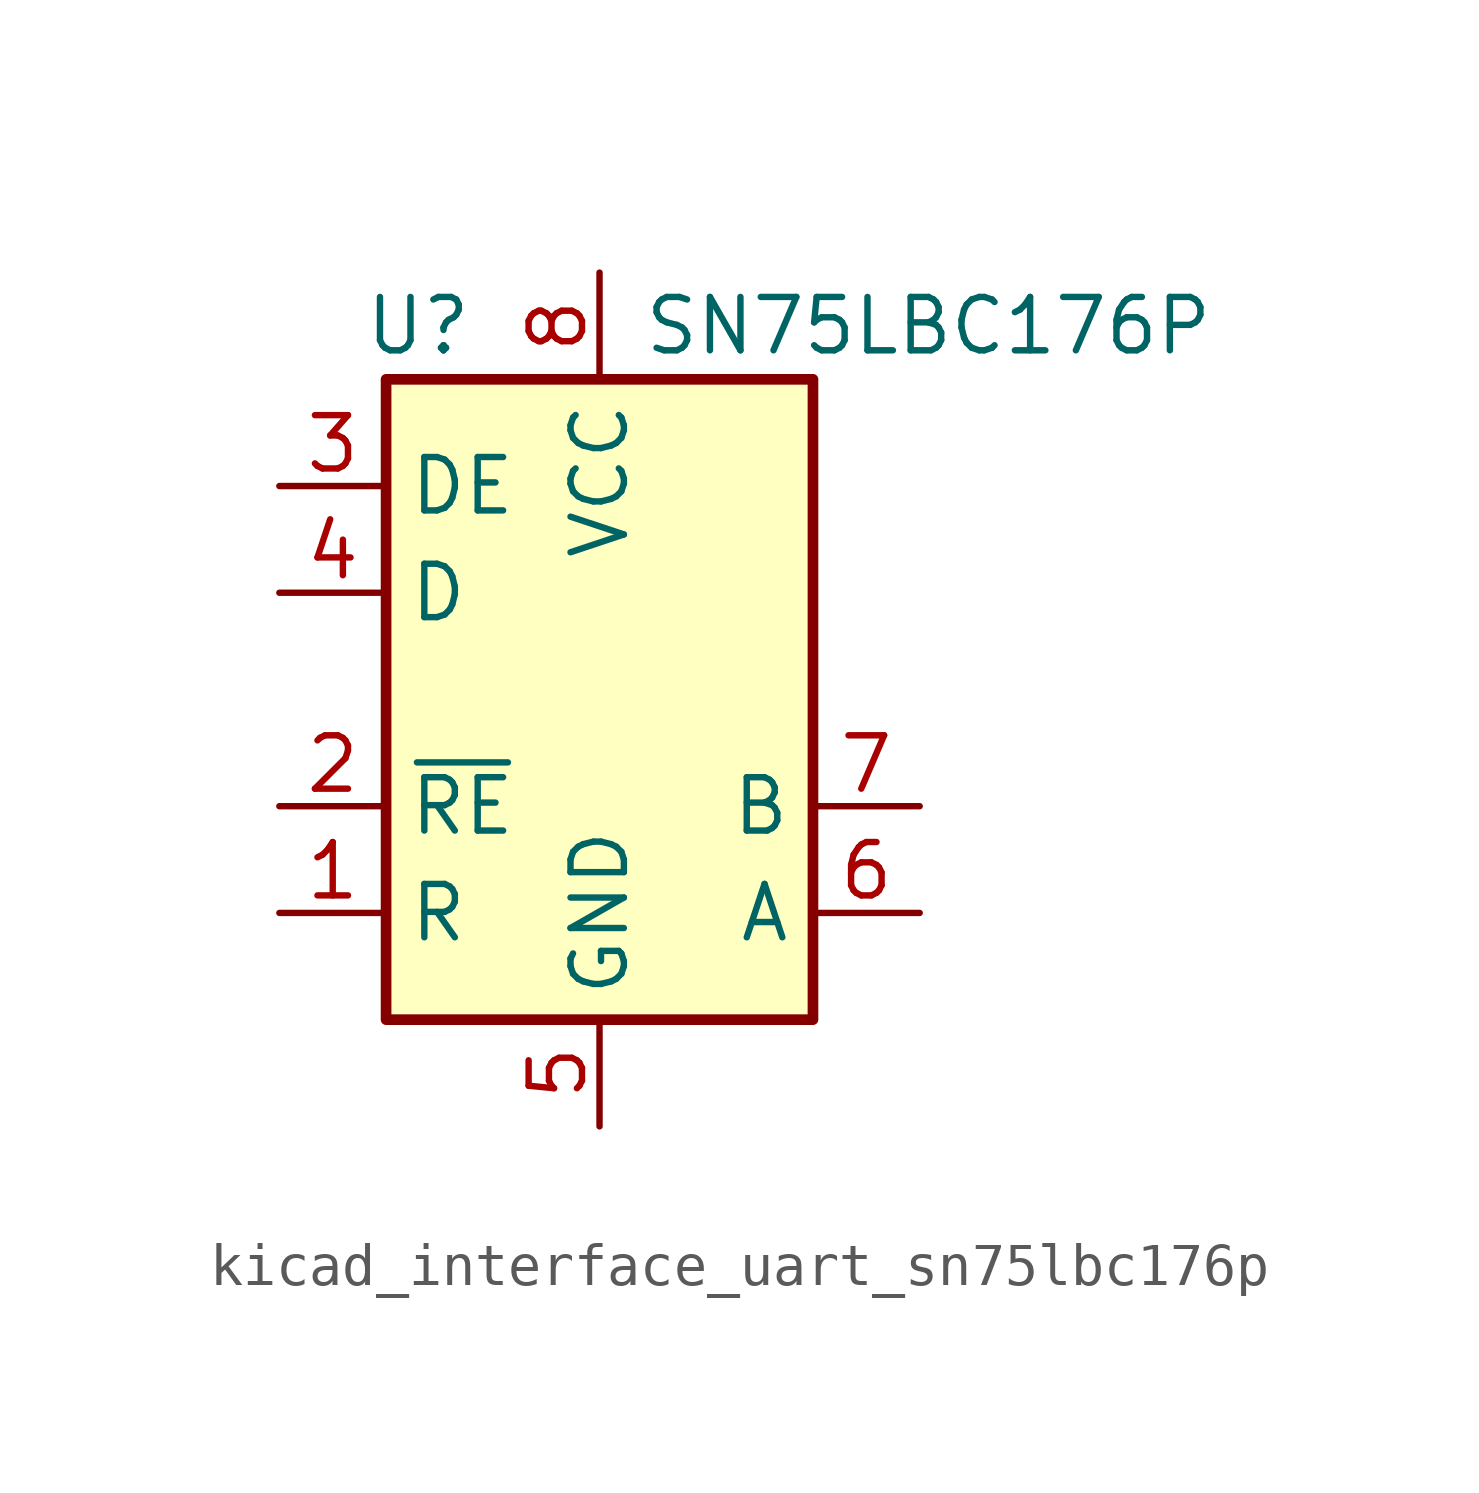
<source format=kicad_sym>
(kicad_symbol_lib
  (version 20220914)
  (generator kicad_symbol_editor)
  (symbol "kicad_interface_uart_sn75lbc176p"
    (property "Reference" "U"
      (at -4.318 8.89 0)
      (effects (font (size 1.27 1.27))))
    (property "Value" "SN75LBC176P"
      (at 1.016 8.89 0)
      (effects (font (size 1.27 1.27)) (justify left)))
    (symbol "kicad_interface_uart_sn75lbc176p_0_1"
      (rectangle (start -5.08 7.62) (end 5.08 -7.62) (stroke (width 0.254) (type default)) (fill (type background))))
    (symbol "kicad_interface_uart_sn75lbc176p_1_1"
      (pin output line (at -7.62 -5.08 0) (length 2.54) (name "R" (effects (font (size 1.27 1.27)))) (number "1" (effects (font (size 1.27 1.27)))))
      (pin input line (at -7.62 -2.54 0) (length 2.54) (name "~{RE}" (effects (font (size 1.27 1.27)))) (number "2" (effects (font (size 1.27 1.27)))))
      (pin input line (at -7.62 5.08 0) (length 2.54) (name "DE" (effects (font (size 1.27 1.27)))) (number "3" (effects (font (size 1.27 1.27)))))
      (pin input line (at -7.62 2.54 0) (length 2.54) (name "D" (effects (font (size 1.27 1.27)))) (number "4" (effects (font (size 1.27 1.27)))))
      (pin power_in line (at 0 -10.16 90) (length 2.54) (name "GND" (effects (font (size 1.27 1.27)))) (number "5" (effects (font (size 1.27 1.27)))))
      (pin bidirectional line (at 7.62 -5.08 180) (length 2.54) (name "A" (effects (font (size 1.27 1.27)))) (number "6" (effects (font (size 1.27 1.27)))))
      (pin bidirectional line (at 7.62 -2.54 180) (length 2.54) (name "B" (effects (font (size 1.27 1.27)))) (number "7" (effects (font (size 1.27 1.27)))))
      (pin power_in line (at 0 10.16 270) (length 2.54) (name "VCC" (effects (font (size 1.27 1.27)))) (number "8" (effects (font (size 1.27 1.27))))))))
</source>
